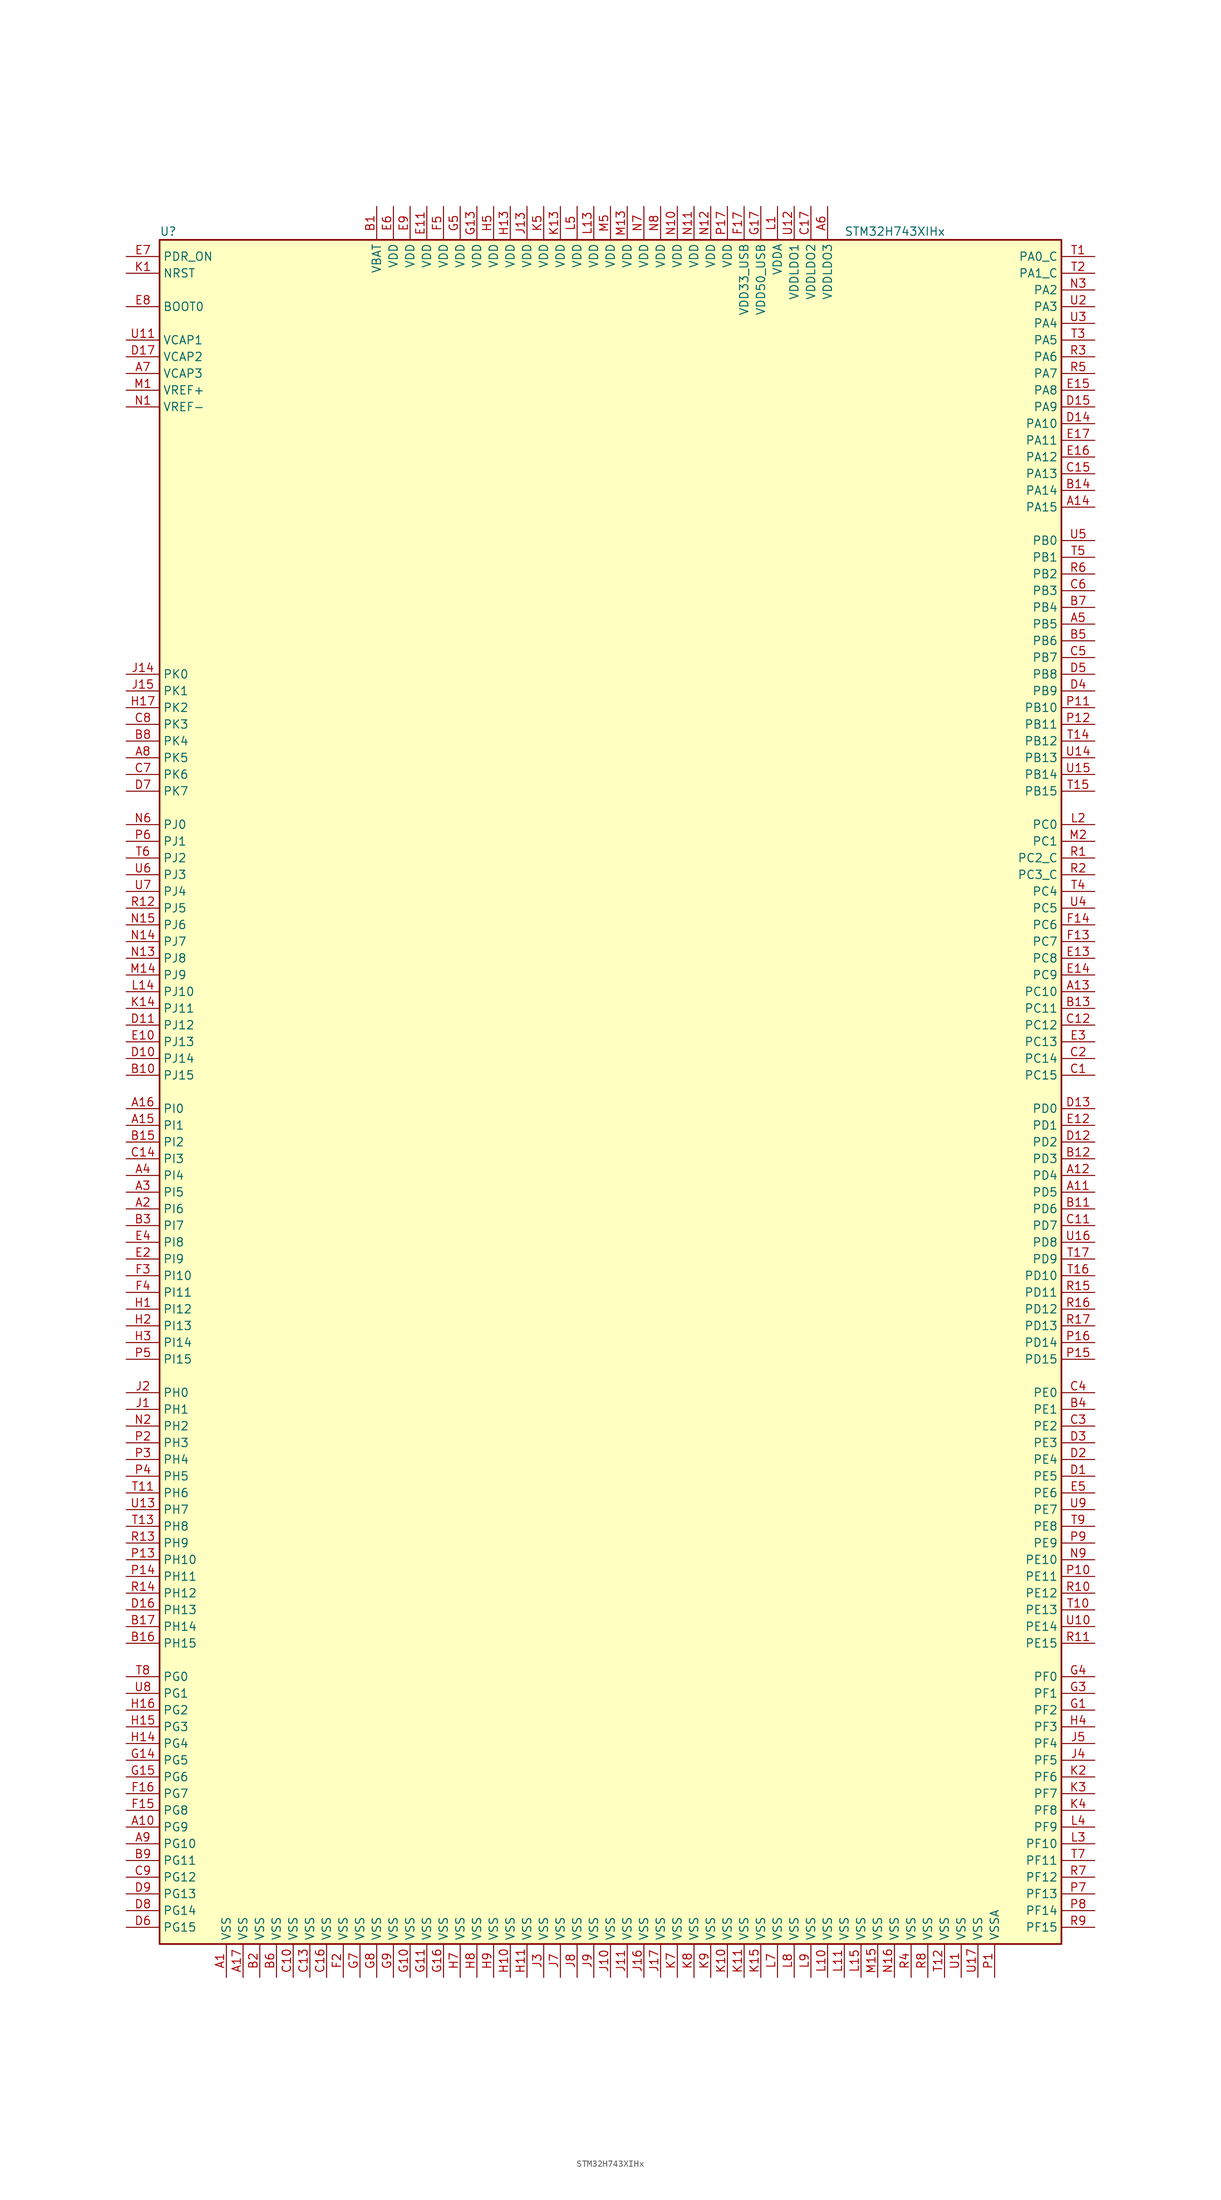
<source format=kicad_sym>
(kicad_symbol_lib
  (version 20201005)
  (generator kicad_symbol_editor)
  (symbol "STM32H743XIHx"
    (property "Reference" "U"
      (at -68.58 130.81 0)
      (effects (font (size 1.27 1.27)) (justify left)))
    (property "Value" "STM32H743XIHx"
      (at 35.56 130.81 0)
      (effects (font (size 1.27 1.27)) (justify left)))
    (symbol "STM32H743XIHx_0_1"
      (rectangle (start -68.58 -129.54) (end 68.58 129.54) (stroke (width 0.254)) (fill (type background))))
    (symbol "STM32H743XIHx_1_1"
      (pin input line (at -73.66 119.38 0) (length 5.08) (name "BOOT0" (effects (font (size 1.27 1.27)))) (number "E8" (effects (font (size 1.27 1.27)))))
      (pin no_connect line (at -68.58 -127 0) (length 5.08) hide (name "NC" (effects (font (size 1.27 1.27)))) (number "E1" (effects (font (size 1.27 1.27)))))
      (pin no_connect line (at -68.58 -124.46 0) (length 5.08) hide (name "NC" (effects (font (size 1.27 1.27)))) (number "F1" (effects (font (size 1.27 1.27)))))
      (pin no_connect line (at -68.58 -121.92 0) (length 5.08) hide (name "NC" (effects (font (size 1.27 1.27)))) (number "G2" (effects (font (size 1.27 1.27)))))
      (pin no_connect line (at -68.58 -119.38 0) (length 5.08) hide (name "NC" (effects (font (size 1.27 1.27)))) (number "K16" (effects (font (size 1.27 1.27)))))
      (pin no_connect line (at -68.58 -116.84 0) (length 5.08) hide (name "NC" (effects (font (size 1.27 1.27)))) (number "K17" (effects (font (size 1.27 1.27)))))
      (pin no_connect line (at -68.58 -114.3 0) (length 5.08) hide (name "NC" (effects (font (size 1.27 1.27)))) (number "L16" (effects (font (size 1.27 1.27)))))
      (pin no_connect line (at -68.58 -111.76 0) (length 5.08) hide (name "NC" (effects (font (size 1.27 1.27)))) (number "L17" (effects (font (size 1.27 1.27)))))
      (pin no_connect line (at -68.58 -109.22 0) (length 5.08) hide (name "NC" (effects (font (size 1.27 1.27)))) (number "M16" (effects (font (size 1.27 1.27)))))
      (pin no_connect line (at -68.58 -106.68 0) (length 5.08) hide (name "NC" (effects (font (size 1.27 1.27)))) (number "M17" (effects (font (size 1.27 1.27)))))
      (pin no_connect line (at -68.58 -104.14 0) (length 5.08) hide (name "NC" (effects (font (size 1.27 1.27)))) (number "N17" (effects (font (size 1.27 1.27)))))
      (pin input line (at -73.66 124.46 0) (length 5.08) (name "NRST" (effects (font (size 1.27 1.27)))) (number "K1" (effects (font (size 1.27 1.27)))))
      (pin bidirectional line (at 73.66 127 180) (length 5.08) (name "PA0_C" (effects (font (size 1.27 1.27)))) (number "T1" (effects (font (size 1.27 1.27)))))
      (pin bidirectional line (at 73.66 101.6 180) (length 5.08) (name "PA10" (effects (font (size 1.27 1.27)))) (number "D14" (effects (font (size 1.27 1.27)))))
      (pin bidirectional line (at 73.66 99.06 180) (length 5.08) (name "PA11" (effects (font (size 1.27 1.27)))) (number "E17" (effects (font (size 1.27 1.27)))))
      (pin bidirectional line (at 73.66 96.52 180) (length 5.08) (name "PA12" (effects (font (size 1.27 1.27)))) (number "E16" (effects (font (size 1.27 1.27)))))
      (pin bidirectional line (at 73.66 93.98 180) (length 5.08) (name "PA13" (effects (font (size 1.27 1.27)))) (number "C15" (effects (font (size 1.27 1.27)))))
      (pin bidirectional line (at 73.66 91.44 180) (length 5.08) (name "PA14" (effects (font (size 1.27 1.27)))) (number "B14" (effects (font (size 1.27 1.27)))))
      (pin bidirectional line (at 73.66 88.9 180) (length 5.08) (name "PA15" (effects (font (size 1.27 1.27)))) (number "A14" (effects (font (size 1.27 1.27)))))
      (pin bidirectional line (at 73.66 124.46 180) (length 5.08) (name "PA1_C" (effects (font (size 1.27 1.27)))) (number "T2" (effects (font (size 1.27 1.27)))))
      (pin bidirectional line (at 73.66 121.92 180) (length 5.08) (name "PA2" (effects (font (size 1.27 1.27)))) (number "N3" (effects (font (size 1.27 1.27)))))
      (pin bidirectional line (at 73.66 119.38 180) (length 5.08) (name "PA3" (effects (font (size 1.27 1.27)))) (number "U2" (effects (font (size 1.27 1.27)))))
      (pin bidirectional line (at 73.66 116.84 180) (length 5.08) (name "PA4" (effects (font (size 1.27 1.27)))) (number "U3" (effects (font (size 1.27 1.27)))))
      (pin bidirectional line (at 73.66 114.3 180) (length 5.08) (name "PA5" (effects (font (size 1.27 1.27)))) (number "T3" (effects (font (size 1.27 1.27)))))
      (pin bidirectional line (at 73.66 111.76 180) (length 5.08) (name "PA6" (effects (font (size 1.27 1.27)))) (number "R3" (effects (font (size 1.27 1.27)))))
      (pin bidirectional line (at 73.66 109.22 180) (length 5.08) (name "PA7" (effects (font (size 1.27 1.27)))) (number "R5" (effects (font (size 1.27 1.27)))))
      (pin bidirectional line (at 73.66 106.68 180) (length 5.08) (name "PA8" (effects (font (size 1.27 1.27)))) (number "E15" (effects (font (size 1.27 1.27)))))
      (pin bidirectional line (at 73.66 104.14 180) (length 5.08) (name "PA9" (effects (font (size 1.27 1.27)))) (number "D15" (effects (font (size 1.27 1.27)))))
      (pin bidirectional line (at 73.66 83.82 180) (length 5.08) (name "PB0" (effects (font (size 1.27 1.27)))) (number "U5" (effects (font (size 1.27 1.27)))))
      (pin bidirectional line (at 73.66 81.28 180) (length 5.08) (name "PB1" (effects (font (size 1.27 1.27)))) (number "T5" (effects (font (size 1.27 1.27)))))
      (pin bidirectional line (at 73.66 58.42 180) (length 5.08) (name "PB10" (effects (font (size 1.27 1.27)))) (number "P11" (effects (font (size 1.27 1.27)))))
      (pin bidirectional line (at 73.66 55.88 180) (length 5.08) (name "PB11" (effects (font (size 1.27 1.27)))) (number "P12" (effects (font (size 1.27 1.27)))))
      (pin bidirectional line (at 73.66 53.34 180) (length 5.08) (name "PB12" (effects (font (size 1.27 1.27)))) (number "T14" (effects (font (size 1.27 1.27)))))
      (pin bidirectional line (at 73.66 50.8 180) (length 5.08) (name "PB13" (effects (font (size 1.27 1.27)))) (number "U14" (effects (font (size 1.27 1.27)))))
      (pin bidirectional line (at 73.66 48.26 180) (length 5.08) (name "PB14" (effects (font (size 1.27 1.27)))) (number "U15" (effects (font (size 1.27 1.27)))))
      (pin bidirectional line (at 73.66 45.72 180) (length 5.08) (name "PB15" (effects (font (size 1.27 1.27)))) (number "T15" (effects (font (size 1.27 1.27)))))
      (pin bidirectional line (at 73.66 78.74 180) (length 5.08) (name "PB2" (effects (font (size 1.27 1.27)))) (number "R6" (effects (font (size 1.27 1.27)))))
      (pin bidirectional line (at 73.66 76.2 180) (length 5.08) (name "PB3" (effects (font (size 1.27 1.27)))) (number "C6" (effects (font (size 1.27 1.27)))))
      (pin bidirectional line (at 73.66 73.66 180) (length 5.08) (name "PB4" (effects (font (size 1.27 1.27)))) (number "B7" (effects (font (size 1.27 1.27)))))
      (pin bidirectional line (at 73.66 71.12 180) (length 5.08) (name "PB5" (effects (font (size 1.27 1.27)))) (number "A5" (effects (font (size 1.27 1.27)))))
      (pin bidirectional line (at 73.66 68.58 180) (length 5.08) (name "PB6" (effects (font (size 1.27 1.27)))) (number "B5" (effects (font (size 1.27 1.27)))))
      (pin bidirectional line (at 73.66 66.04 180) (length 5.08) (name "PB7" (effects (font (size 1.27 1.27)))) (number "C5" (effects (font (size 1.27 1.27)))))
      (pin bidirectional line (at 73.66 63.5 180) (length 5.08) (name "PB8" (effects (font (size 1.27 1.27)))) (number "D5" (effects (font (size 1.27 1.27)))))
      (pin bidirectional line (at 73.66 60.96 180) (length 5.08) (name "PB9" (effects (font (size 1.27 1.27)))) (number "D4" (effects (font (size 1.27 1.27)))))
      (pin bidirectional line (at 73.66 40.64 180) (length 5.08) (name "PC0" (effects (font (size 1.27 1.27)))) (number "L2" (effects (font (size 1.27 1.27)))))
      (pin bidirectional line (at 73.66 38.1 180) (length 5.08) (name "PC1" (effects (font (size 1.27 1.27)))) (number "M2" (effects (font (size 1.27 1.27)))))
      (pin bidirectional line (at 73.66 15.24 180) (length 5.08) (name "PC10" (effects (font (size 1.27 1.27)))) (number "A13" (effects (font (size 1.27 1.27)))))
      (pin bidirectional line (at 73.66 12.7 180) (length 5.08) (name "PC11" (effects (font (size 1.27 1.27)))) (number "B13" (effects (font (size 1.27 1.27)))))
      (pin bidirectional line (at 73.66 10.16 180) (length 5.08) (name "PC12" (effects (font (size 1.27 1.27)))) (number "C12" (effects (font (size 1.27 1.27)))))
      (pin bidirectional line (at 73.66 7.62 180) (length 5.08) (name "PC13" (effects (font (size 1.27 1.27)))) (number "E3" (effects (font (size 1.27 1.27)))))
      (pin bidirectional line (at 73.66 5.08 180) (length 5.08) (name "PC14" (effects (font (size 1.27 1.27)))) (number "C2" (effects (font (size 1.27 1.27)))))
      (pin bidirectional line (at 73.66 2.54 180) (length 5.08) (name "PC15" (effects (font (size 1.27 1.27)))) (number "C1" (effects (font (size 1.27 1.27)))))
      (pin bidirectional line (at 73.66 35.56 180) (length 5.08) (name "PC2_C" (effects (font (size 1.27 1.27)))) (number "R1" (effects (font (size 1.27 1.27)))))
      (pin bidirectional line (at 73.66 33.02 180) (length 5.08) (name "PC3_C" (effects (font (size 1.27 1.27)))) (number "R2" (effects (font (size 1.27 1.27)))))
      (pin bidirectional line (at 73.66 30.48 180) (length 5.08) (name "PC4" (effects (font (size 1.27 1.27)))) (number "T4" (effects (font (size 1.27 1.27)))))
      (pin bidirectional line (at 73.66 27.94 180) (length 5.08) (name "PC5" (effects (font (size 1.27 1.27)))) (number "U4" (effects (font (size 1.27 1.27)))))
      (pin bidirectional line (at 73.66 25.4 180) (length 5.08) (name "PC6" (effects (font (size 1.27 1.27)))) (number "F14" (effects (font (size 1.27 1.27)))))
      (pin bidirectional line (at 73.66 22.86 180) (length 5.08) (name "PC7" (effects (font (size 1.27 1.27)))) (number "F13" (effects (font (size 1.27 1.27)))))
      (pin bidirectional line (at 73.66 20.32 180) (length 5.08) (name "PC8" (effects (font (size 1.27 1.27)))) (number "E13" (effects (font (size 1.27 1.27)))))
      (pin bidirectional line (at 73.66 17.78 180) (length 5.08) (name "PC9" (effects (font (size 1.27 1.27)))) (number "E14" (effects (font (size 1.27 1.27)))))
      (pin bidirectional line (at 73.66 -2.54 180) (length 5.08) (name "PD0" (effects (font (size 1.27 1.27)))) (number "D13" (effects (font (size 1.27 1.27)))))
      (pin bidirectional line (at 73.66 -5.08 180) (length 5.08) (name "PD1" (effects (font (size 1.27 1.27)))) (number "E12" (effects (font (size 1.27 1.27)))))
      (pin bidirectional line (at 73.66 -27.94 180) (length 5.08) (name "PD10" (effects (font (size 1.27 1.27)))) (number "T16" (effects (font (size 1.27 1.27)))))
      (pin bidirectional line (at 73.66 -30.48 180) (length 5.08) (name "PD11" (effects (font (size 1.27 1.27)))) (number "R15" (effects (font (size 1.27 1.27)))))
      (pin bidirectional line (at 73.66 -33.02 180) (length 5.08) (name "PD12" (effects (font (size 1.27 1.27)))) (number "R16" (effects (font (size 1.27 1.27)))))
      (pin bidirectional line (at 73.66 -35.56 180) (length 5.08) (name "PD13" (effects (font (size 1.27 1.27)))) (number "R17" (effects (font (size 1.27 1.27)))))
      (pin bidirectional line (at 73.66 -38.1 180) (length 5.08) (name "PD14" (effects (font (size 1.27 1.27)))) (number "P16" (effects (font (size 1.27 1.27)))))
      (pin bidirectional line (at 73.66 -40.64 180) (length 5.08) (name "PD15" (effects (font (size 1.27 1.27)))) (number "P15" (effects (font (size 1.27 1.27)))))
      (pin bidirectional line (at 73.66 -7.62 180) (length 5.08) (name "PD2" (effects (font (size 1.27 1.27)))) (number "D12" (effects (font (size 1.27 1.27)))))
      (pin bidirectional line (at 73.66 -10.16 180) (length 5.08) (name "PD3" (effects (font (size 1.27 1.27)))) (number "B12" (effects (font (size 1.27 1.27)))))
      (pin bidirectional line (at 73.66 -12.7 180) (length 5.08) (name "PD4" (effects (font (size 1.27 1.27)))) (number "A12" (effects (font (size 1.27 1.27)))))
      (pin bidirectional line (at 73.66 -15.24 180) (length 5.08) (name "PD5" (effects (font (size 1.27 1.27)))) (number "A11" (effects (font (size 1.27 1.27)))))
      (pin bidirectional line (at 73.66 -17.78 180) (length 5.08) (name "PD6" (effects (font (size 1.27 1.27)))) (number "B11" (effects (font (size 1.27 1.27)))))
      (pin bidirectional line (at 73.66 -20.32 180) (length 5.08) (name "PD7" (effects (font (size 1.27 1.27)))) (number "C11" (effects (font (size 1.27 1.27)))))
      (pin bidirectional line (at 73.66 -22.86 180) (length 5.08) (name "PD8" (effects (font (size 1.27 1.27)))) (number "U16" (effects (font (size 1.27 1.27)))))
      (pin bidirectional line (at 73.66 -25.4 180) (length 5.08) (name "PD9" (effects (font (size 1.27 1.27)))) (number "T17" (effects (font (size 1.27 1.27)))))
      (pin input line (at -73.66 127 0) (length 5.08) (name "PDR_ON" (effects (font (size 1.27 1.27)))) (number "E7" (effects (font (size 1.27 1.27)))))
      (pin bidirectional line (at 73.66 -45.72 180) (length 5.08) (name "PE0" (effects (font (size 1.27 1.27)))) (number "C4" (effects (font (size 1.27 1.27)))))
      (pin bidirectional line (at 73.66 -48.26 180) (length 5.08) (name "PE1" (effects (font (size 1.27 1.27)))) (number "B4" (effects (font (size 1.27 1.27)))))
      (pin bidirectional line (at 73.66 -71.12 180) (length 5.08) (name "PE10" (effects (font (size 1.27 1.27)))) (number "N9" (effects (font (size 1.27 1.27)))))
      (pin bidirectional line (at 73.66 -73.66 180) (length 5.08) (name "PE11" (effects (font (size 1.27 1.27)))) (number "P10" (effects (font (size 1.27 1.27)))))
      (pin bidirectional line (at 73.66 -76.2 180) (length 5.08) (name "PE12" (effects (font (size 1.27 1.27)))) (number "R10" (effects (font (size 1.27 1.27)))))
      (pin bidirectional line (at 73.66 -78.74 180) (length 5.08) (name "PE13" (effects (font (size 1.27 1.27)))) (number "T10" (effects (font (size 1.27 1.27)))))
      (pin bidirectional line (at 73.66 -81.28 180) (length 5.08) (name "PE14" (effects (font (size 1.27 1.27)))) (number "U10" (effects (font (size 1.27 1.27)))))
      (pin bidirectional line (at 73.66 -83.82 180) (length 5.08) (name "PE15" (effects (font (size 1.27 1.27)))) (number "R11" (effects (font (size 1.27 1.27)))))
      (pin bidirectional line (at 73.66 -50.8 180) (length 5.08) (name "PE2" (effects (font (size 1.27 1.27)))) (number "C3" (effects (font (size 1.27 1.27)))))
      (pin bidirectional line (at 73.66 -53.34 180) (length 5.08) (name "PE3" (effects (font (size 1.27 1.27)))) (number "D3" (effects (font (size 1.27 1.27)))))
      (pin bidirectional line (at 73.66 -55.88 180) (length 5.08) (name "PE4" (effects (font (size 1.27 1.27)))) (number "D2" (effects (font (size 1.27 1.27)))))
      (pin bidirectional line (at 73.66 -58.42 180) (length 5.08) (name "PE5" (effects (font (size 1.27 1.27)))) (number "D1" (effects (font (size 1.27 1.27)))))
      (pin bidirectional line (at 73.66 -60.96 180) (length 5.08) (name "PE6" (effects (font (size 1.27 1.27)))) (number "E5" (effects (font (size 1.27 1.27)))))
      (pin bidirectional line (at 73.66 -63.5 180) (length 5.08) (name "PE7" (effects (font (size 1.27 1.27)))) (number "U9" (effects (font (size 1.27 1.27)))))
      (pin bidirectional line (at 73.66 -66.04 180) (length 5.08) (name "PE8" (effects (font (size 1.27 1.27)))) (number "T9" (effects (font (size 1.27 1.27)))))
      (pin bidirectional line (at 73.66 -68.58 180) (length 5.08) (name "PE9" (effects (font (size 1.27 1.27)))) (number "P9" (effects (font (size 1.27 1.27)))))
      (pin bidirectional line (at 73.66 -88.9 180) (length 5.08) (name "PF0" (effects (font (size 1.27 1.27)))) (number "G4" (effects (font (size 1.27 1.27)))))
      (pin bidirectional line (at 73.66 -91.44 180) (length 5.08) (name "PF1" (effects (font (size 1.27 1.27)))) (number "G3" (effects (font (size 1.27 1.27)))))
      (pin bidirectional line (at 73.66 -114.3 180) (length 5.08) (name "PF10" (effects (font (size 1.27 1.27)))) (number "L3" (effects (font (size 1.27 1.27)))))
      (pin bidirectional line (at 73.66 -116.84 180) (length 5.08) (name "PF11" (effects (font (size 1.27 1.27)))) (number "T7" (effects (font (size 1.27 1.27)))))
      (pin bidirectional line (at 73.66 -119.38 180) (length 5.08) (name "PF12" (effects (font (size 1.27 1.27)))) (number "R7" (effects (font (size 1.27 1.27)))))
      (pin bidirectional line (at 73.66 -121.92 180) (length 5.08) (name "PF13" (effects (font (size 1.27 1.27)))) (number "P7" (effects (font (size 1.27 1.27)))))
      (pin bidirectional line (at 73.66 -124.46 180) (length 5.08) (name "PF14" (effects (font (size 1.27 1.27)))) (number "P8" (effects (font (size 1.27 1.27)))))
      (pin bidirectional line (at 73.66 -127 180) (length 5.08) (name "PF15" (effects (font (size 1.27 1.27)))) (number "R9" (effects (font (size 1.27 1.27)))))
      (pin bidirectional line (at 73.66 -93.98 180) (length 5.08) (name "PF2" (effects (font (size 1.27 1.27)))) (number "G1" (effects (font (size 1.27 1.27)))))
      (pin bidirectional line (at 73.66 -96.52 180) (length 5.08) (name "PF3" (effects (font (size 1.27 1.27)))) (number "H4" (effects (font (size 1.27 1.27)))))
      (pin bidirectional line (at 73.66 -99.06 180) (length 5.08) (name "PF4" (effects (font (size 1.27 1.27)))) (number "J5" (effects (font (size 1.27 1.27)))))
      (pin bidirectional line (at 73.66 -101.6 180) (length 5.08) (name "PF5" (effects (font (size 1.27 1.27)))) (number "J4" (effects (font (size 1.27 1.27)))))
      (pin bidirectional line (at 73.66 -104.14 180) (length 5.08) (name "PF6" (effects (font (size 1.27 1.27)))) (number "K2" (effects (font (size 1.27 1.27)))))
      (pin bidirectional line (at 73.66 -106.68 180) (length 5.08) (name "PF7" (effects (font (size 1.27 1.27)))) (number "K3" (effects (font (size 1.27 1.27)))))
      (pin bidirectional line (at 73.66 -109.22 180) (length 5.08) (name "PF8" (effects (font (size 1.27 1.27)))) (number "K4" (effects (font (size 1.27 1.27)))))
      (pin bidirectional line (at 73.66 -111.76 180) (length 5.08) (name "PF9" (effects (font (size 1.27 1.27)))) (number "L4" (effects (font (size 1.27 1.27)))))
      (pin bidirectional line (at -73.66 -88.9 0) (length 5.08) (name "PG0" (effects (font (size 1.27 1.27)))) (number "T8" (effects (font (size 1.27 1.27)))))
      (pin bidirectional line (at -73.66 -91.44 0) (length 5.08) (name "PG1" (effects (font (size 1.27 1.27)))) (number "U8" (effects (font (size 1.27 1.27)))))
      (pin bidirectional line (at -73.66 -114.3 0) (length 5.08) (name "PG10" (effects (font (size 1.27 1.27)))) (number "A9" (effects (font (size 1.27 1.27)))))
      (pin bidirectional line (at -73.66 -116.84 0) (length 5.08) (name "PG11" (effects (font (size 1.27 1.27)))) (number "B9" (effects (font (size 1.27 1.27)))))
      (pin bidirectional line (at -73.66 -119.38 0) (length 5.08) (name "PG12" (effects (font (size 1.27 1.27)))) (number "C9" (effects (font (size 1.27 1.27)))))
      (pin bidirectional line (at -73.66 -121.92 0) (length 5.08) (name "PG13" (effects (font (size 1.27 1.27)))) (number "D9" (effects (font (size 1.27 1.27)))))
      (pin bidirectional line (at -73.66 -124.46 0) (length 5.08) (name "PG14" (effects (font (size 1.27 1.27)))) (number "D8" (effects (font (size 1.27 1.27)))))
      (pin bidirectional line (at -73.66 -127 0) (length 5.08) (name "PG15" (effects (font (size 1.27 1.27)))) (number "D6" (effects (font (size 1.27 1.27)))))
      (pin bidirectional line (at -73.66 -93.98 0) (length 5.08) (name "PG2" (effects (font (size 1.27 1.27)))) (number "H16" (effects (font (size 1.27 1.27)))))
      (pin bidirectional line (at -73.66 -96.52 0) (length 5.08) (name "PG3" (effects (font (size 1.27 1.27)))) (number "H15" (effects (font (size 1.27 1.27)))))
      (pin bidirectional line (at -73.66 -99.06 0) (length 5.08) (name "PG4" (effects (font (size 1.27 1.27)))) (number "H14" (effects (font (size 1.27 1.27)))))
      (pin bidirectional line (at -73.66 -101.6 0) (length 5.08) (name "PG5" (effects (font (size 1.27 1.27)))) (number "G14" (effects (font (size 1.27 1.27)))))
      (pin bidirectional line (at -73.66 -104.14 0) (length 5.08) (name "PG6" (effects (font (size 1.27 1.27)))) (number "G15" (effects (font (size 1.27 1.27)))))
      (pin bidirectional line (at -73.66 -106.68 0) (length 5.08) (name "PG7" (effects (font (size 1.27 1.27)))) (number "F16" (effects (font (size 1.27 1.27)))))
      (pin bidirectional line (at -73.66 -109.22 0) (length 5.08) (name "PG8" (effects (font (size 1.27 1.27)))) (number "F15" (effects (font (size 1.27 1.27)))))
      (pin bidirectional line (at -73.66 -111.76 0) (length 5.08) (name "PG9" (effects (font (size 1.27 1.27)))) (number "A10" (effects (font (size 1.27 1.27)))))
      (pin input line (at -73.66 -45.72 0) (length 5.08) (name "PH0" (effects (font (size 1.27 1.27)))) (number "J2" (effects (font (size 1.27 1.27)))))
      (pin input line (at -73.66 -48.26 0) (length 5.08) (name "PH1" (effects (font (size 1.27 1.27)))) (number "J1" (effects (font (size 1.27 1.27)))))
      (pin bidirectional line (at -73.66 -71.12 0) (length 5.08) (name "PH10" (effects (font (size 1.27 1.27)))) (number "P13" (effects (font (size 1.27 1.27)))))
      (pin bidirectional line (at -73.66 -73.66 0) (length 5.08) (name "PH11" (effects (font (size 1.27 1.27)))) (number "P14" (effects (font (size 1.27 1.27)))))
      (pin bidirectional line (at -73.66 -76.2 0) (length 5.08) (name "PH12" (effects (font (size 1.27 1.27)))) (number "R14" (effects (font (size 1.27 1.27)))))
      (pin bidirectional line (at -73.66 -78.74 0) (length 5.08) (name "PH13" (effects (font (size 1.27 1.27)))) (number "D16" (effects (font (size 1.27 1.27)))))
      (pin bidirectional line (at -73.66 -81.28 0) (length 5.08) (name "PH14" (effects (font (size 1.27 1.27)))) (number "B17" (effects (font (size 1.27 1.27)))))
      (pin bidirectional line (at -73.66 -83.82 0) (length 5.08) (name "PH15" (effects (font (size 1.27 1.27)))) (number "B16" (effects (font (size 1.27 1.27)))))
      (pin bidirectional line (at -73.66 -50.8 0) (length 5.08) (name "PH2" (effects (font (size 1.27 1.27)))) (number "N2" (effects (font (size 1.27 1.27)))))
      (pin bidirectional line (at -73.66 -53.34 0) (length 5.08) (name "PH3" (effects (font (size 1.27 1.27)))) (number "P2" (effects (font (size 1.27 1.27)))))
      (pin bidirectional line (at -73.66 -55.88 0) (length 5.08) (name "PH4" (effects (font (size 1.27 1.27)))) (number "P3" (effects (font (size 1.27 1.27)))))
      (pin bidirectional line (at -73.66 -58.42 0) (length 5.08) (name "PH5" (effects (font (size 1.27 1.27)))) (number "P4" (effects (font (size 1.27 1.27)))))
      (pin bidirectional line (at -73.66 -60.96 0) (length 5.08) (name "PH6" (effects (font (size 1.27 1.27)))) (number "T11" (effects (font (size 1.27 1.27)))))
      (pin bidirectional line (at -73.66 -63.5 0) (length 5.08) (name "PH7" (effects (font (size 1.27 1.27)))) (number "U13" (effects (font (size 1.27 1.27)))))
      (pin bidirectional line (at -73.66 -66.04 0) (length 5.08) (name "PH8" (effects (font (size 1.27 1.27)))) (number "T13" (effects (font (size 1.27 1.27)))))
      (pin bidirectional line (at -73.66 -68.58 0) (length 5.08) (name "PH9" (effects (font (size 1.27 1.27)))) (number "R13" (effects (font (size 1.27 1.27)))))
      (pin bidirectional line (at -73.66 -2.54 0) (length 5.08) (name "PI0" (effects (font (size 1.27 1.27)))) (number "A16" (effects (font (size 1.27 1.27)))))
      (pin bidirectional line (at -73.66 -5.08 0) (length 5.08) (name "PI1" (effects (font (size 1.27 1.27)))) (number "A15" (effects (font (size 1.27 1.27)))))
      (pin bidirectional line (at -73.66 -27.94 0) (length 5.08) (name "PI10" (effects (font (size 1.27 1.27)))) (number "F3" (effects (font (size 1.27 1.27)))))
      (pin bidirectional line (at -73.66 -30.48 0) (length 5.08) (name "PI11" (effects (font (size 1.27 1.27)))) (number "F4" (effects (font (size 1.27 1.27)))))
      (pin bidirectional line (at -73.66 -33.02 0) (length 5.08) (name "PI12" (effects (font (size 1.27 1.27)))) (number "H1" (effects (font (size 1.27 1.27)))))
      (pin bidirectional line (at -73.66 -35.56 0) (length 5.08) (name "PI13" (effects (font (size 1.27 1.27)))) (number "H2" (effects (font (size 1.27 1.27)))))
      (pin bidirectional line (at -73.66 -38.1 0) (length 5.08) (name "PI14" (effects (font (size 1.27 1.27)))) (number "H3" (effects (font (size 1.27 1.27)))))
      (pin bidirectional line (at -73.66 -40.64 0) (length 5.08) (name "PI15" (effects (font (size 1.27 1.27)))) (number "P5" (effects (font (size 1.27 1.27)))))
      (pin bidirectional line (at -73.66 -7.62 0) (length 5.08) (name "PI2" (effects (font (size 1.27 1.27)))) (number "B15" (effects (font (size 1.27 1.27)))))
      (pin bidirectional line (at -73.66 -10.16 0) (length 5.08) (name "PI3" (effects (font (size 1.27 1.27)))) (number "C14" (effects (font (size 1.27 1.27)))))
      (pin bidirectional line (at -73.66 -12.7 0) (length 5.08) (name "PI4" (effects (font (size 1.27 1.27)))) (number "A4" (effects (font (size 1.27 1.27)))))
      (pin bidirectional line (at -73.66 -15.24 0) (length 5.08) (name "PI5" (effects (font (size 1.27 1.27)))) (number "A3" (effects (font (size 1.27 1.27)))))
      (pin bidirectional line (at -73.66 -17.78 0) (length 5.08) (name "PI6" (effects (font (size 1.27 1.27)))) (number "A2" (effects (font (size 1.27 1.27)))))
      (pin bidirectional line (at -73.66 -20.32 0) (length 5.08) (name "PI7" (effects (font (size 1.27 1.27)))) (number "B3" (effects (font (size 1.27 1.27)))))
      (pin bidirectional line (at -73.66 -22.86 0) (length 5.08) (name "PI8" (effects (font (size 1.27 1.27)))) (number "E4" (effects (font (size 1.27 1.27)))))
      (pin bidirectional line (at -73.66 -25.4 0) (length 5.08) (name "PI9" (effects (font (size 1.27 1.27)))) (number "E2" (effects (font (size 1.27 1.27)))))
      (pin bidirectional line (at -73.66 40.64 0) (length 5.08) (name "PJ0" (effects (font (size 1.27 1.27)))) (number "N6" (effects (font (size 1.27 1.27)))))
      (pin bidirectional line (at -73.66 38.1 0) (length 5.08) (name "PJ1" (effects (font (size 1.27 1.27)))) (number "P6" (effects (font (size 1.27 1.27)))))
      (pin bidirectional line (at -73.66 15.24 0) (length 5.08) (name "PJ10" (effects (font (size 1.27 1.27)))) (number "L14" (effects (font (size 1.27 1.27)))))
      (pin bidirectional line (at -73.66 12.7 0) (length 5.08) (name "PJ11" (effects (font (size 1.27 1.27)))) (number "K14" (effects (font (size 1.27 1.27)))))
      (pin bidirectional line (at -73.66 10.16 0) (length 5.08) (name "PJ12" (effects (font (size 1.27 1.27)))) (number "D11" (effects (font (size 1.27 1.27)))))
      (pin bidirectional line (at -73.66 7.62 0) (length 5.08) (name "PJ13" (effects (font (size 1.27 1.27)))) (number "E10" (effects (font (size 1.27 1.27)))))
      (pin bidirectional line (at -73.66 5.08 0) (length 5.08) (name "PJ14" (effects (font (size 1.27 1.27)))) (number "D10" (effects (font (size 1.27 1.27)))))
      (pin bidirectional line (at -73.66 2.54 0) (length 5.08) (name "PJ15" (effects (font (size 1.27 1.27)))) (number "B10" (effects (font (size 1.27 1.27)))))
      (pin bidirectional line (at -73.66 35.56 0) (length 5.08) (name "PJ2" (effects (font (size 1.27 1.27)))) (number "T6" (effects (font (size 1.27 1.27)))))
      (pin bidirectional line (at -73.66 33.02 0) (length 5.08) (name "PJ3" (effects (font (size 1.27 1.27)))) (number "U6" (effects (font (size 1.27 1.27)))))
      (pin bidirectional line (at -73.66 30.48 0) (length 5.08) (name "PJ4" (effects (font (size 1.27 1.27)))) (number "U7" (effects (font (size 1.27 1.27)))))
      (pin bidirectional line (at -73.66 27.94 0) (length 5.08) (name "PJ5" (effects (font (size 1.27 1.27)))) (number "R12" (effects (font (size 1.27 1.27)))))
      (pin bidirectional line (at -73.66 25.4 0) (length 5.08) (name "PJ6" (effects (font (size 1.27 1.27)))) (number "N15" (effects (font (size 1.27 1.27)))))
      (pin bidirectional line (at -73.66 22.86 0) (length 5.08) (name "PJ7" (effects (font (size 1.27 1.27)))) (number "N14" (effects (font (size 1.27 1.27)))))
      (pin bidirectional line (at -73.66 20.32 0) (length 5.08) (name "PJ8" (effects (font (size 1.27 1.27)))) (number "N13" (effects (font (size 1.27 1.27)))))
      (pin bidirectional line (at -73.66 17.78 0) (length 5.08) (name "PJ9" (effects (font (size 1.27 1.27)))) (number "M14" (effects (font (size 1.27 1.27)))))
      (pin bidirectional line (at -73.66 63.5 0) (length 5.08) (name "PK0" (effects (font (size 1.27 1.27)))) (number "J14" (effects (font (size 1.27 1.27)))))
      (pin bidirectional line (at -73.66 60.96 0) (length 5.08) (name "PK1" (effects (font (size 1.27 1.27)))) (number "J15" (effects (font (size 1.27 1.27)))))
      (pin bidirectional line (at -73.66 58.42 0) (length 5.08) (name "PK2" (effects (font (size 1.27 1.27)))) (number "H17" (effects (font (size 1.27 1.27)))))
      (pin bidirectional line (at -73.66 55.88 0) (length 5.08) (name "PK3" (effects (font (size 1.27 1.27)))) (number "C8" (effects (font (size 1.27 1.27)))))
      (pin bidirectional line (at -73.66 53.34 0) (length 5.08) (name "PK4" (effects (font (size 1.27 1.27)))) (number "B8" (effects (font (size 1.27 1.27)))))
      (pin bidirectional line (at -73.66 50.8 0) (length 5.08) (name "PK5" (effects (font (size 1.27 1.27)))) (number "A8" (effects (font (size 1.27 1.27)))))
      (pin bidirectional line (at -73.66 48.26 0) (length 5.08) (name "PK6" (effects (font (size 1.27 1.27)))) (number "C7" (effects (font (size 1.27 1.27)))))
      (pin bidirectional line (at -73.66 45.72 0) (length 5.08) (name "PK7" (effects (font (size 1.27 1.27)))) (number "D7" (effects (font (size 1.27 1.27)))))
      (pin power_in line (at -35.56 134.62 270) (length 5.08) (name "VBAT" (effects (font (size 1.27 1.27)))) (number "B1" (effects (font (size 1.27 1.27)))))
      (pin power_in line (at -73.66 114.3 0) (length 5.08) (name "VCAP1" (effects (font (size 1.27 1.27)))) (number "U11" (effects (font (size 1.27 1.27)))))
      (pin power_in line (at -73.66 111.76 0) (length 5.08) (name "VCAP2" (effects (font (size 1.27 1.27)))) (number "D17" (effects (font (size 1.27 1.27)))))
      (pin power_in line (at -73.66 109.22 0) (length 5.08) (name "VCAP3" (effects (font (size 1.27 1.27)))) (number "A7" (effects (font (size 1.27 1.27)))))
      (pin power_in line (at -27.94 134.62 270) (length 5.08) (name "VDD" (effects (font (size 1.27 1.27)))) (number "E11" (effects (font (size 1.27 1.27)))))
      (pin power_in line (at -33.02 134.62 270) (length 5.08) (name "VDD" (effects (font (size 1.27 1.27)))) (number "E6" (effects (font (size 1.27 1.27)))))
      (pin power_in line (at -30.48 134.62 270) (length 5.08) (name "VDD" (effects (font (size 1.27 1.27)))) (number "E9" (effects (font (size 1.27 1.27)))))
      (pin power_in line (at -25.4 134.62 270) (length 5.08) (name "VDD" (effects (font (size 1.27 1.27)))) (number "F5" (effects (font (size 1.27 1.27)))))
      (pin power_in line (at -20.32 134.62 270) (length 5.08) (name "VDD" (effects (font (size 1.27 1.27)))) (number "G13" (effects (font (size 1.27 1.27)))))
      (pin power_in line (at -22.86 134.62 270) (length 5.08) (name "VDD" (effects (font (size 1.27 1.27)))) (number "G5" (effects (font (size 1.27 1.27)))))
      (pin power_in line (at -15.24 134.62 270) (length 5.08) (name "VDD" (effects (font (size 1.27 1.27)))) (number "H13" (effects (font (size 1.27 1.27)))))
      (pin power_in line (at -17.78 134.62 270) (length 5.08) (name "VDD" (effects (font (size 1.27 1.27)))) (number "H5" (effects (font (size 1.27 1.27)))))
      (pin power_in line (at -12.7 134.62 270) (length 5.08) (name "VDD" (effects (font (size 1.27 1.27)))) (number "J13" (effects (font (size 1.27 1.27)))))
      (pin power_in line (at -7.62 134.62 270) (length 5.08) (name "VDD" (effects (font (size 1.27 1.27)))) (number "K13" (effects (font (size 1.27 1.27)))))
      (pin power_in line (at -10.16 134.62 270) (length 5.08) (name "VDD" (effects (font (size 1.27 1.27)))) (number "K5" (effects (font (size 1.27 1.27)))))
      (pin power_in line (at -2.54 134.62 270) (length 5.08) (name "VDD" (effects (font (size 1.27 1.27)))) (number "L13" (effects (font (size 1.27 1.27)))))
      (pin power_in line (at -5.08 134.62 270) (length 5.08) (name "VDD" (effects (font (size 1.27 1.27)))) (number "L5" (effects (font (size 1.27 1.27)))))
      (pin power_in line (at 2.54 134.62 270) (length 5.08) (name "VDD" (effects (font (size 1.27 1.27)))) (number "M13" (effects (font (size 1.27 1.27)))))
      (pin power_in line (at 0 134.62 270) (length 5.08) (name "VDD" (effects (font (size 1.27 1.27)))) (number "M5" (effects (font (size 1.27 1.27)))))
      (pin power_in line (at 10.16 134.62 270) (length 5.08) (name "VDD" (effects (font (size 1.27 1.27)))) (number "N10" (effects (font (size 1.27 1.27)))))
      (pin power_in line (at 12.7 134.62 270) (length 5.08) (name "VDD" (effects (font (size 1.27 1.27)))) (number "N11" (effects (font (size 1.27 1.27)))))
      (pin power_in line (at 15.24 134.62 270) (length 5.08) (name "VDD" (effects (font (size 1.27 1.27)))) (number "N12" (effects (font (size 1.27 1.27)))))
      (pin power_in line (at 5.08 134.62 270) (length 5.08) (name "VDD" (effects (font (size 1.27 1.27)))) (number "N7" (effects (font (size 1.27 1.27)))))
      (pin power_in line (at 7.62 134.62 270) (length 5.08) (name "VDD" (effects (font (size 1.27 1.27)))) (number "N8" (effects (font (size 1.27 1.27)))))
      (pin power_in line (at 17.78 134.62 270) (length 5.08) (name "VDD" (effects (font (size 1.27 1.27)))) (number "P17" (effects (font (size 1.27 1.27)))))
      (pin power_in line (at 20.32 134.62 270) (length 5.08) (name "VDD33_USB" (effects (font (size 1.27 1.27)))) (number "F17" (effects (font (size 1.27 1.27)))))
      (pin power_in line (at 22.86 134.62 270) (length 5.08) (name "VDD50_USB" (effects (font (size 1.27 1.27)))) (number "G17" (effects (font (size 1.27 1.27)))))
      (pin power_in line (at 25.4 134.62 270) (length 5.08) (name "VDDA" (effects (font (size 1.27 1.27)))) (number "L1" (effects (font (size 1.27 1.27)))))
      (pin power_in line (at 27.94 134.62 270) (length 5.08) (name "VDDLDO1" (effects (font (size 1.27 1.27)))) (number "U12" (effects (font (size 1.27 1.27)))))
      (pin power_in line (at 30.48 134.62 270) (length 5.08) (name "VDDLDO2" (effects (font (size 1.27 1.27)))) (number "C17" (effects (font (size 1.27 1.27)))))
      (pin power_in line (at 33.02 134.62 270) (length 5.08) (name "VDDLDO3" (effects (font (size 1.27 1.27)))) (number "A6" (effects (font (size 1.27 1.27)))))
      (pin bidirectional line (at -73.66 106.68 0) (length 5.08) (name "VREF+" (effects (font (size 1.27 1.27)))) (number "M1" (effects (font (size 1.27 1.27)))))
      (pin power_in line (at -73.66 104.14 0) (length 5.08) (name "VREF-" (effects (font (size 1.27 1.27)))) (number "N1" (effects (font (size 1.27 1.27)))))
      (pin power_in line (at -58.42 -134.62 90) (length 5.08) (name "VSS" (effects (font (size 1.27 1.27)))) (number "A1" (effects (font (size 1.27 1.27)))))
      (pin power_in line (at -55.88 -134.62 90) (length 5.08) (name "VSS" (effects (font (size 1.27 1.27)))) (number "A17" (effects (font (size 1.27 1.27)))))
      (pin power_in line (at -53.34 -134.62 90) (length 5.08) (name "VSS" (effects (font (size 1.27 1.27)))) (number "B2" (effects (font (size 1.27 1.27)))))
      (pin power_in line (at -50.8 -134.62 90) (length 5.08) (name "VSS" (effects (font (size 1.27 1.27)))) (number "B6" (effects (font (size 1.27 1.27)))))
      (pin power_in line (at -48.26 -134.62 90) (length 5.08) (name "VSS" (effects (font (size 1.27 1.27)))) (number "C10" (effects (font (size 1.27 1.27)))))
      (pin power_in line (at -45.72 -134.62 90) (length 5.08) (name "VSS" (effects (font (size 1.27 1.27)))) (number "C13" (effects (font (size 1.27 1.27)))))
      (pin power_in line (at -43.18 -134.62 90) (length 5.08) (name "VSS" (effects (font (size 1.27 1.27)))) (number "C16" (effects (font (size 1.27 1.27)))))
      (pin power_in line (at -40.64 -134.62 90) (length 5.08) (name "VSS" (effects (font (size 1.27 1.27)))) (number "F2" (effects (font (size 1.27 1.27)))))
      (pin power_in line (at -30.48 -134.62 90) (length 5.08) (name "VSS" (effects (font (size 1.27 1.27)))) (number "G10" (effects (font (size 1.27 1.27)))))
      (pin power_in line (at -27.94 -134.62 90) (length 5.08) (name "VSS" (effects (font (size 1.27 1.27)))) (number "G11" (effects (font (size 1.27 1.27)))))
      (pin power_in line (at -25.4 -134.62 90) (length 5.08) (name "VSS" (effects (font (size 1.27 1.27)))) (number "G16" (effects (font (size 1.27 1.27)))))
      (pin power_in line (at -38.1 -134.62 90) (length 5.08) (name "VSS" (effects (font (size 1.27 1.27)))) (number "G7" (effects (font (size 1.27 1.27)))))
      (pin power_in line (at -35.56 -134.62 90) (length 5.08) (name "VSS" (effects (font (size 1.27 1.27)))) (number "G8" (effects (font (size 1.27 1.27)))))
      (pin power_in line (at -33.02 -134.62 90) (length 5.08) (name "VSS" (effects (font (size 1.27 1.27)))) (number "G9" (effects (font (size 1.27 1.27)))))
      (pin power_in line (at -15.24 -134.62 90) (length 5.08) (name "VSS" (effects (font (size 1.27 1.27)))) (number "H10" (effects (font (size 1.27 1.27)))))
      (pin power_in line (at -12.7 -134.62 90) (length 5.08) (name "VSS" (effects (font (size 1.27 1.27)))) (number "H11" (effects (font (size 1.27 1.27)))))
      (pin power_in line (at -22.86 -134.62 90) (length 5.08) (name "VSS" (effects (font (size 1.27 1.27)))) (number "H7" (effects (font (size 1.27 1.27)))))
      (pin power_in line (at -20.32 -134.62 90) (length 5.08) (name "VSS" (effects (font (size 1.27 1.27)))) (number "H8" (effects (font (size 1.27 1.27)))))
      (pin power_in line (at -17.78 -134.62 90) (length 5.08) (name "VSS" (effects (font (size 1.27 1.27)))) (number "H9" (effects (font (size 1.27 1.27)))))
      (pin power_in line (at 0 -134.62 90) (length 5.08) (name "VSS" (effects (font (size 1.27 1.27)))) (number "J10" (effects (font (size 1.27 1.27)))))
      (pin power_in line (at 2.54 -134.62 90) (length 5.08) (name "VSS" (effects (font (size 1.27 1.27)))) (number "J11" (effects (font (size 1.27 1.27)))))
      (pin power_in line (at 5.08 -134.62 90) (length 5.08) (name "VSS" (effects (font (size 1.27 1.27)))) (number "J16" (effects (font (size 1.27 1.27)))))
      (pin power_in line (at 7.62 -134.62 90) (length 5.08) (name "VSS" (effects (font (size 1.27 1.27)))) (number "J17" (effects (font (size 1.27 1.27)))))
      (pin power_in line (at -10.16 -134.62 90) (length 5.08) (name "VSS" (effects (font (size 1.27 1.27)))) (number "J3" (effects (font (size 1.27 1.27)))))
      (pin power_in line (at -7.62 -134.62 90) (length 5.08) (name "VSS" (effects (font (size 1.27 1.27)))) (number "J7" (effects (font (size 1.27 1.27)))))
      (pin power_in line (at -5.08 -134.62 90) (length 5.08) (name "VSS" (effects (font (size 1.27 1.27)))) (number "J8" (effects (font (size 1.27 1.27)))))
      (pin power_in line (at -2.54 -134.62 90) (length 5.08) (name "VSS" (effects (font (size 1.27 1.27)))) (number "J9" (effects (font (size 1.27 1.27)))))
      (pin power_in line (at 17.78 -134.62 90) (length 5.08) (name "VSS" (effects (font (size 1.27 1.27)))) (number "K10" (effects (font (size 1.27 1.27)))))
      (pin power_in line (at 20.32 -134.62 90) (length 5.08) (name "VSS" (effects (font (size 1.27 1.27)))) (number "K11" (effects (font (size 1.27 1.27)))))
      (pin power_in line (at 22.86 -134.62 90) (length 5.08) (name "VSS" (effects (font (size 1.27 1.27)))) (number "K15" (effects (font (size 1.27 1.27)))))
      (pin power_in line (at 10.16 -134.62 90) (length 5.08) (name "VSS" (effects (font (size 1.27 1.27)))) (number "K7" (effects (font (size 1.27 1.27)))))
      (pin power_in line (at 12.7 -134.62 90) (length 5.08) (name "VSS" (effects (font (size 1.27 1.27)))) (number "K8" (effects (font (size 1.27 1.27)))))
      (pin power_in line (at 15.24 -134.62 90) (length 5.08) (name "VSS" (effects (font (size 1.27 1.27)))) (number "K9" (effects (font (size 1.27 1.27)))))
      (pin power_in line (at 33.02 -134.62 90) (length 5.08) (name "VSS" (effects (font (size 1.27 1.27)))) (number "L10" (effects (font (size 1.27 1.27)))))
      (pin power_in line (at 35.56 -134.62 90) (length 5.08) (name "VSS" (effects (font (size 1.27 1.27)))) (number "L11" (effects (font (size 1.27 1.27)))))
      (pin power_in line (at 38.1 -134.62 90) (length 5.08) (name "VSS" (effects (font (size 1.27 1.27)))) (number "L15" (effects (font (size 1.27 1.27)))))
      (pin power_in line (at 25.4 -134.62 90) (length 5.08) (name "VSS" (effects (font (size 1.27 1.27)))) (number "L7" (effects (font (size 1.27 1.27)))))
      (pin power_in line (at 27.94 -134.62 90) (length 5.08) (name "VSS" (effects (font (size 1.27 1.27)))) (number "L8" (effects (font (size 1.27 1.27)))))
      (pin power_in line (at 30.48 -134.62 90) (length 5.08) (name "VSS" (effects (font (size 1.27 1.27)))) (number "L9" (effects (font (size 1.27 1.27)))))
      (pin power_in line (at 40.64 -134.62 90) (length 5.08) (name "VSS" (effects (font (size 1.27 1.27)))) (number "M15" (effects (font (size 1.27 1.27)))))
      (pin power_in line (at 43.18 -134.62 90) (length 5.08) (name "VSS" (effects (font (size 1.27 1.27)))) (number "N16" (effects (font (size 1.27 1.27)))))
      (pin power_in line (at 45.72 -134.62 90) (length 5.08) (name "VSS" (effects (font (size 1.27 1.27)))) (number "R4" (effects (font (size 1.27 1.27)))))
      (pin power_in line (at 48.26 -134.62 90) (length 5.08) (name "VSS" (effects (font (size 1.27 1.27)))) (number "R8" (effects (font (size 1.27 1.27)))))
      (pin power_in line (at 50.8 -134.62 90) (length 5.08) (name "VSS" (effects (font (size 1.27 1.27)))) (number "T12" (effects (font (size 1.27 1.27)))))
      (pin power_in line (at 53.34 -134.62 90) (length 5.08) (name "VSS" (effects (font (size 1.27 1.27)))) (number "U1" (effects (font (size 1.27 1.27)))))
      (pin power_in line (at 55.88 -134.62 90) (length 5.08) (name "VSS" (effects (font (size 1.27 1.27)))) (number "U17" (effects (font (size 1.27 1.27)))))
      (pin power_in line (at 58.42 -134.62 90) (length 5.08) (name "VSSA" (effects (font (size 1.27 1.27)))) (number "P1" (effects (font (size 1.27 1.27))))))))
</source>
